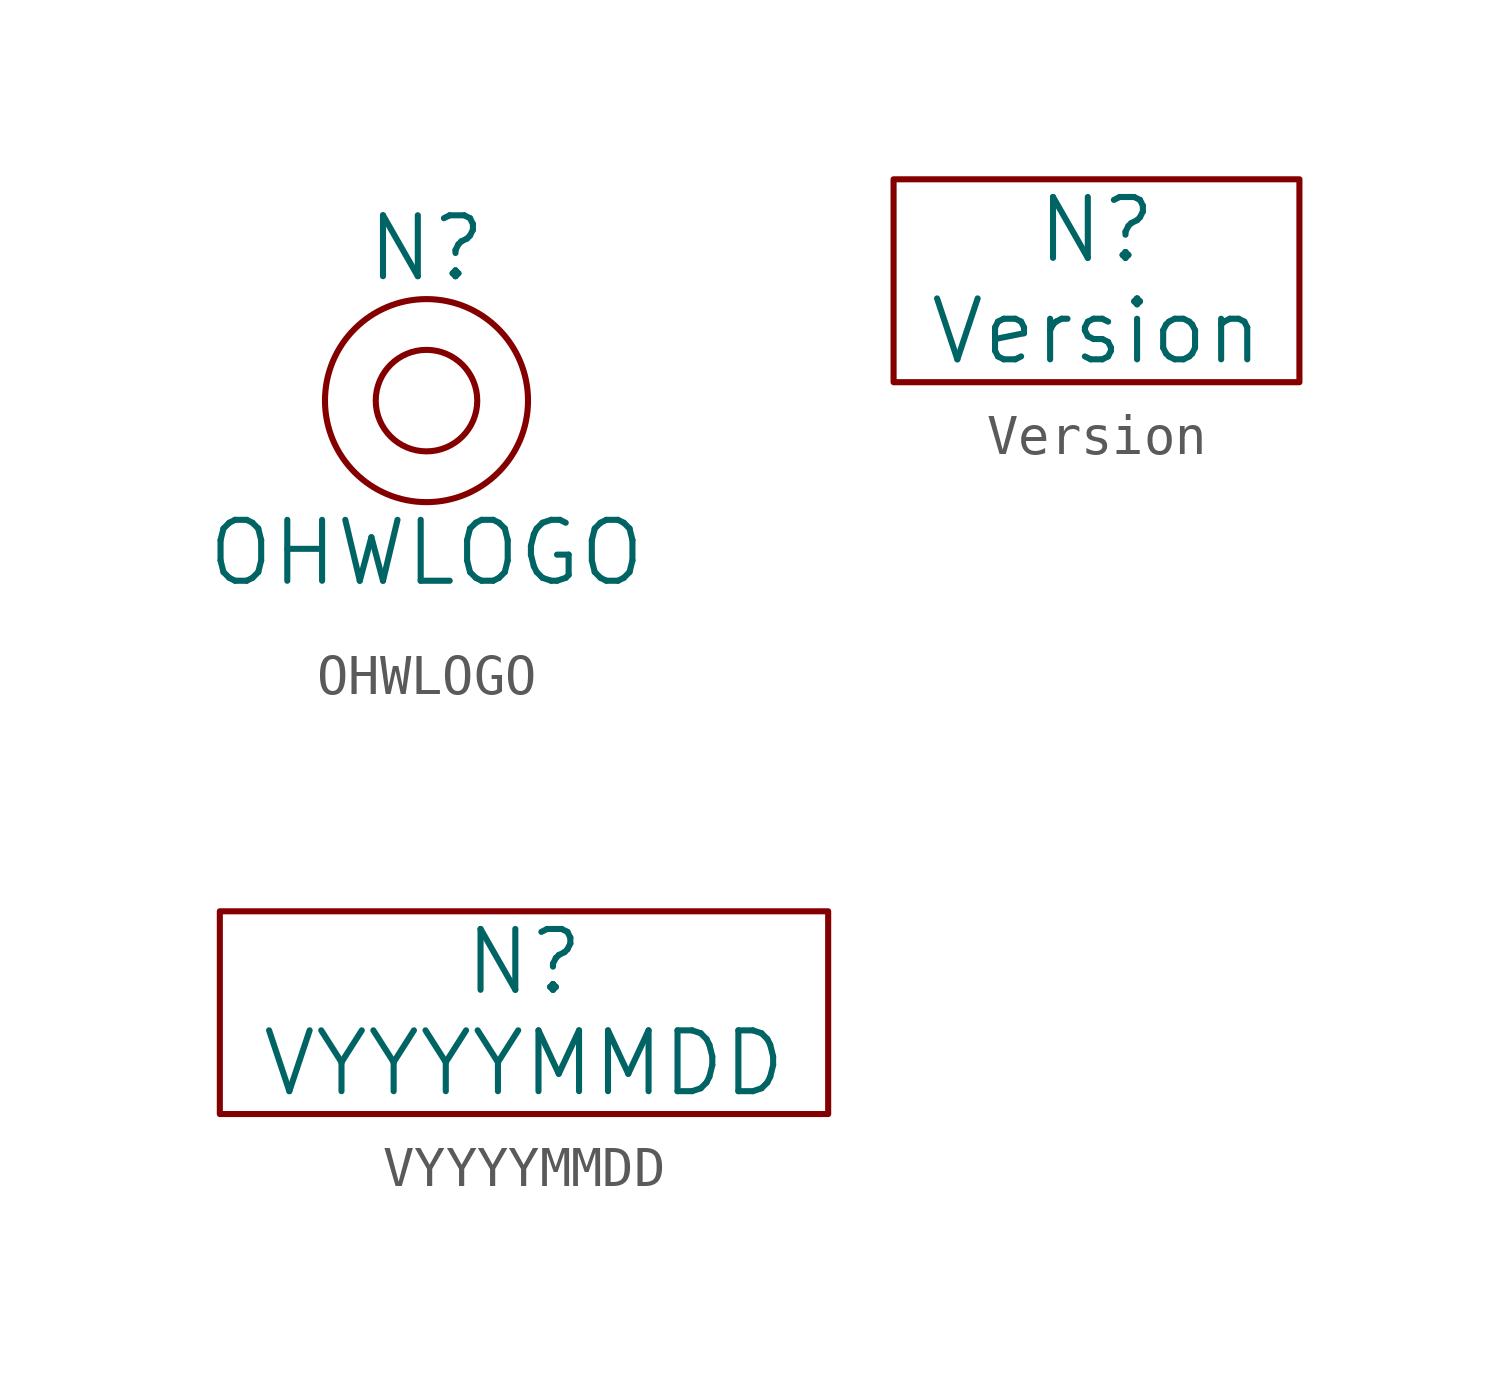
<source format=kicad_sym>
(kicad_symbol_lib
  (version 20211014)
  (generator kicad_symbol_editor)
  (symbol "OHWLOGO"
    (pin_names
      (offset 1.016))
    (property "Reference" "N"
      (at 0 3.81 0)
      (effects (font (size 1.524 1.524))))
    (property "Value" "OHWLOGO"
      (at 0 -3.81 0)
      (effects (font (size 1.524 1.524))))
    (symbol "OHWLOGO_0_1"
      (circle (center 0 0) (radius 1.27) (stroke (width 0) (type default) (color 0 0 0 0)) (fill (type none)))
      (circle (center 0 0) (radius 2.54) (stroke (width 0) (type default) (color 0 0 0 0)) (fill (type none)))))
  (symbol "Version"
    (pin_names
      (offset 1.016))
    (property "Reference" "N"
      (at 0 2.54 0)
      (effects (font (size 1.524 1.524))))
    (property "Value" "Version"
      (at 0 0 0)
      (effects (font (size 1.524 1.524))))
    (symbol "Version_0_1"
      (rectangle (start 5.08 -1.27) (end -5.08 3.81) (stroke (width 0) (type default) (color 0 0 0 0)) (fill (type none)))))
  (symbol "VYYYYMMDD"
    (pin_names
      (offset 1.016))
    (property "Reference" "N"
      (at 0 2.54 0)
      (effects (font (size 1.524 1.524))))
    (property "Value" "VYYYYMMDD"
      (at 0 0 0)
      (effects (font (size 1.524 1.524))))
    (symbol "VYYYYMMDD_0_1"
      (rectangle (start 7.62 -1.27) (end -7.62 3.81) (stroke (width 0) (type default) (color 0 0 0 0)) (fill (type none))))))
</source>
